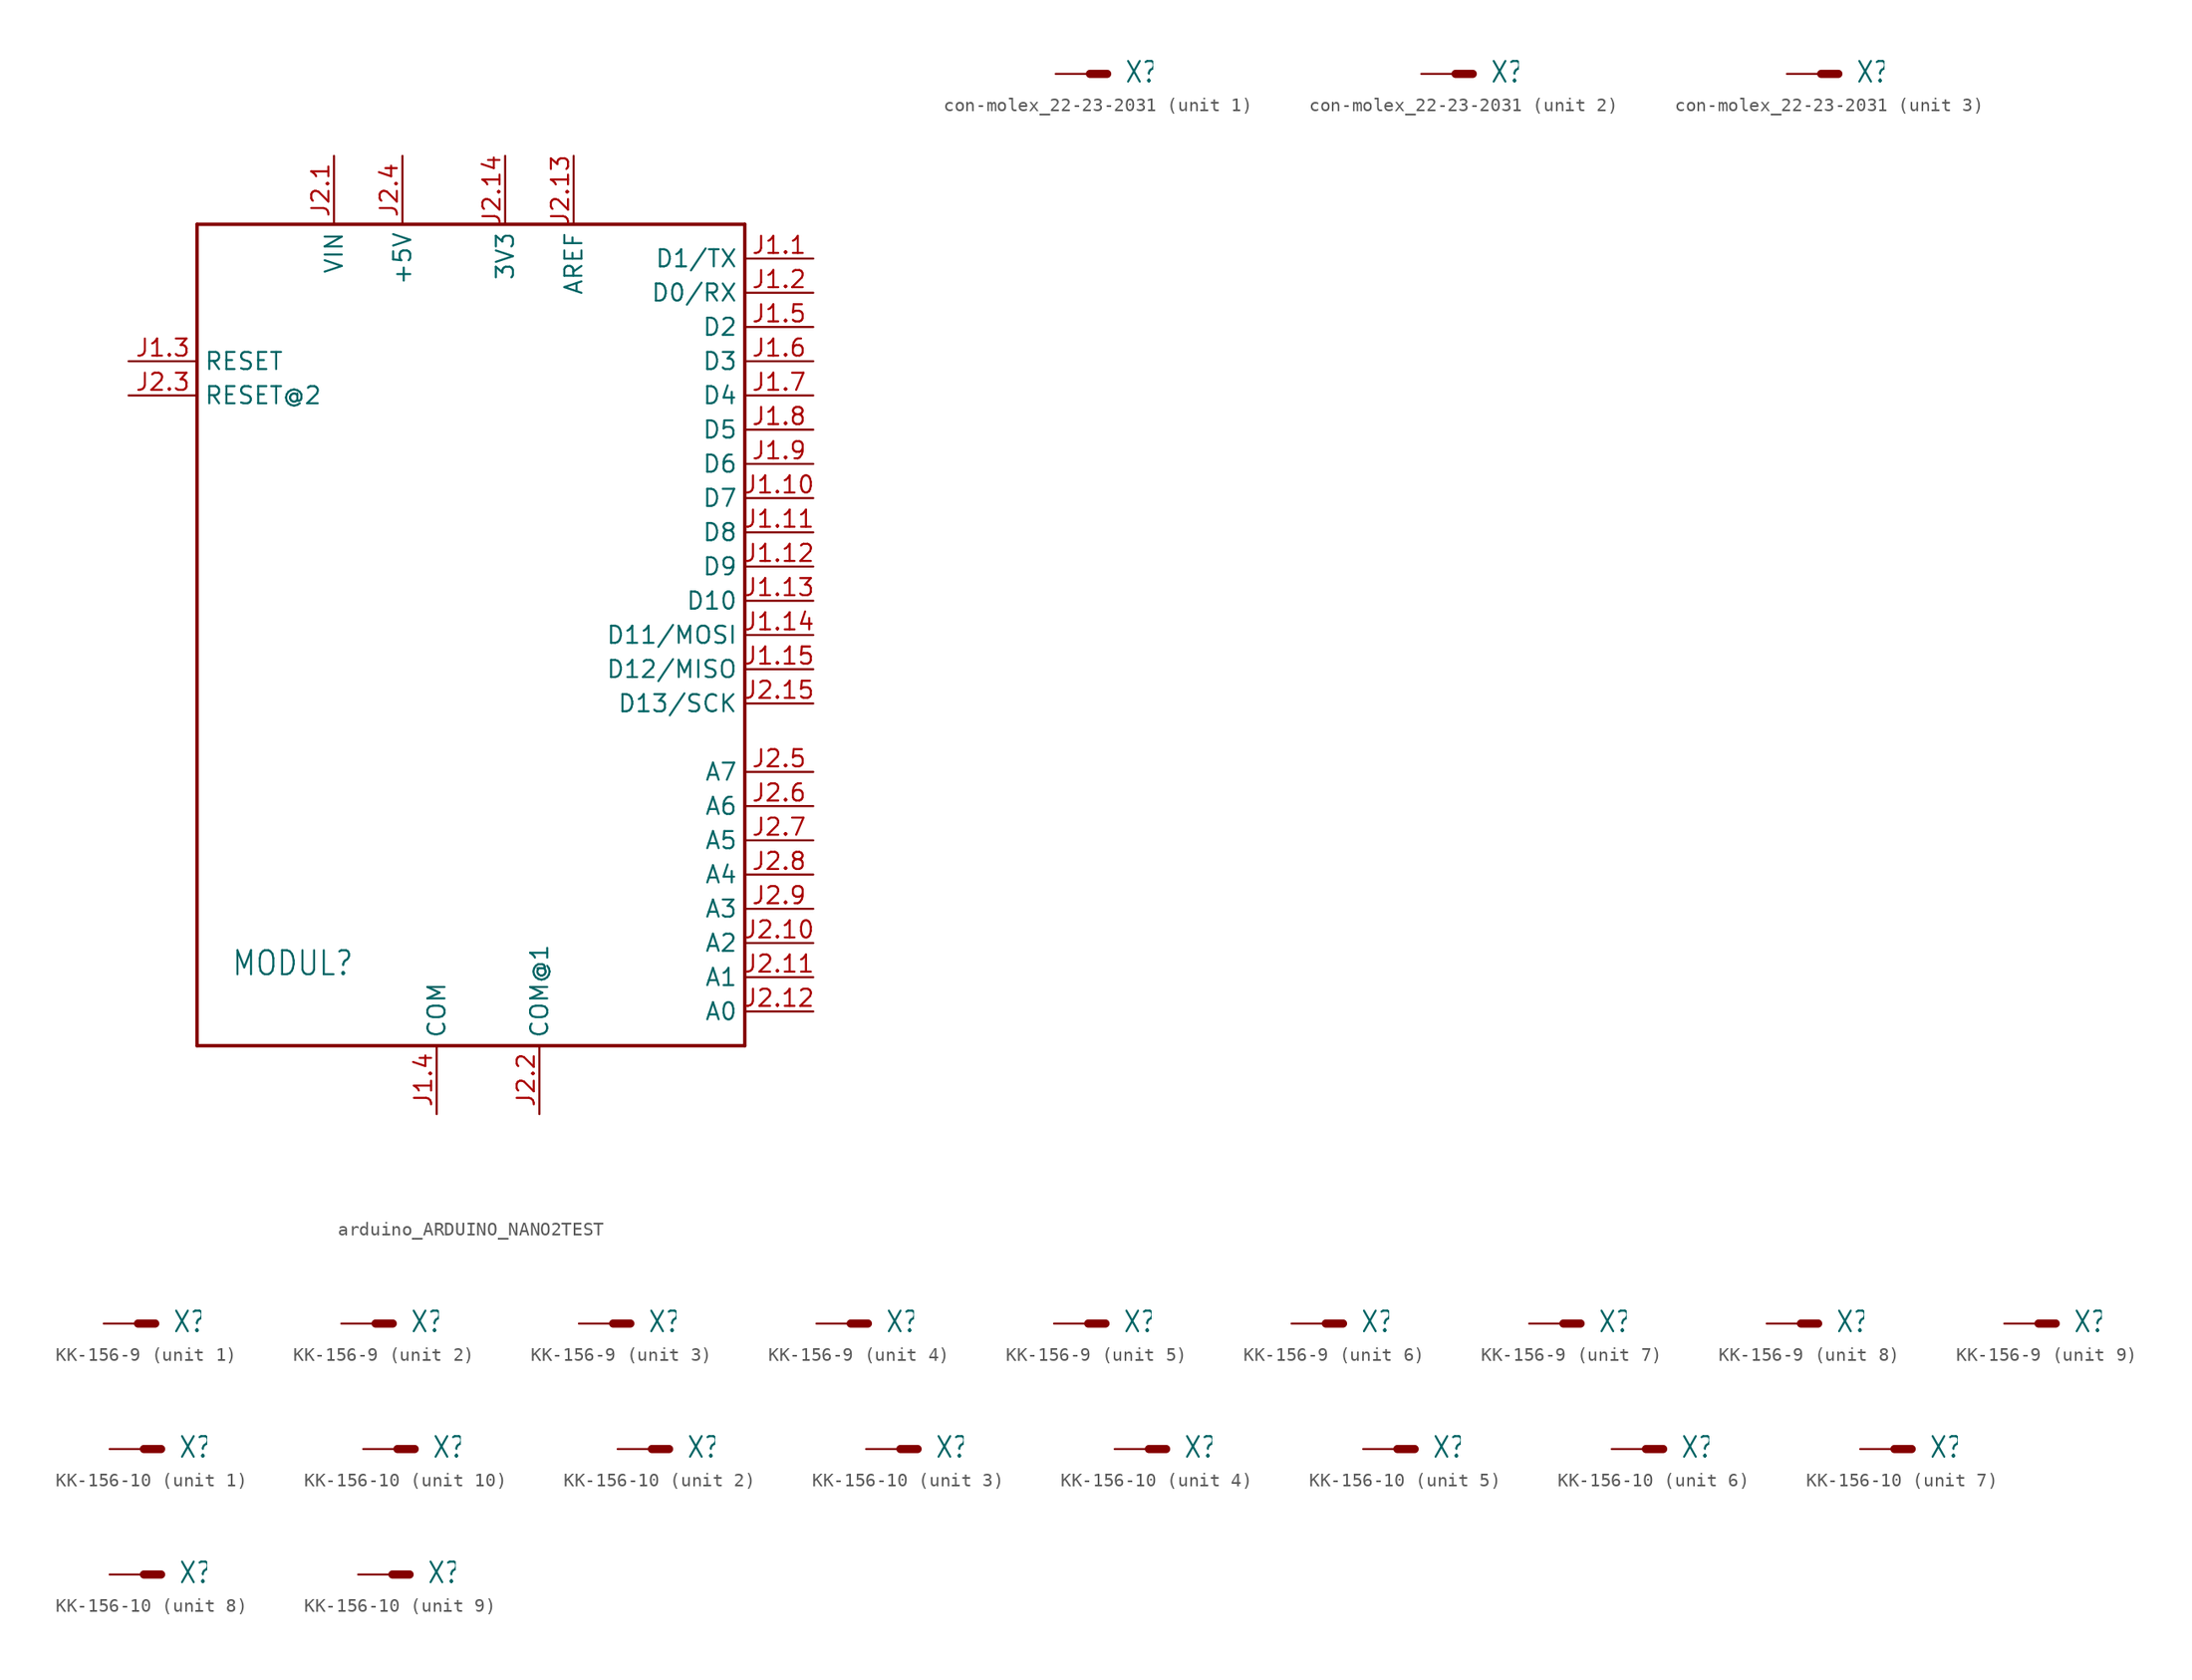
<source format=kicad_sym>
(kicad_symbol_lib
  (version 20231120)
  (generator "kicad_symbol_editor")
  (generator_version "8.0")
  (symbol "arduino_ARDUINO_NANO2TEST"
    (property "Reference" "MODUL"
      (at -17.78 -25.4 0)
      (effects (font (size 1.778 1.511)) (justify left bottom)))
    (property "Value" ""
      (at -17.78 -27.94 0)
      (effects (font (size 1.778 1.511)) (justify left bottom)))
    (property "ki_locked" ""
      (at 0 0 0)
      (effects (font (size 1.27 1.27))))
    (symbol "arduino_ARDUINO_NANO2TEST_1_0"
      (polyline (pts (xy -20.32 -30.48) (xy -20.32 30.48)) (stroke (width 0.254) (type solid)) (fill (type none)))
      (polyline (pts (xy -20.32 30.48) (xy 20.32 30.48)) (stroke (width 0.254) (type solid)) (fill (type none)))
      (polyline (pts (xy 20.32 -30.48) (xy -20.32 -30.48)) (stroke (width 0.254) (type solid)) (fill (type none)))
      (polyline (pts (xy 20.32 30.48) (xy 20.32 -30.48)) (stroke (width 0.254) (type solid)) (fill (type none)))
      (pin bidirectional line (at 25.4 27.94 180) (length 5.08) (name "D1/TX" (effects (font (size 1.27 1.27)))) (number "J1.1" (effects (font (size 1.27 1.27)))))
      (pin bidirectional line (at 25.4 10.16 180) (length 5.08) (name "D7" (effects (font (size 1.27 1.27)))) (number "J1.10" (effects (font (size 1.27 1.27)))))
      (pin bidirectional line (at 25.4 7.62 180) (length 5.08) (name "D8" (effects (font (size 1.27 1.27)))) (number "J1.11" (effects (font (size 1.27 1.27)))))
      (pin bidirectional line (at 25.4 5.08 180) (length 5.08) (name "D9" (effects (font (size 1.27 1.27)))) (number "J1.12" (effects (font (size 1.27 1.27)))))
      (pin bidirectional line (at 25.4 2.54 180) (length 5.08) (name "D10" (effects (font (size 1.27 1.27)))) (number "J1.13" (effects (font (size 1.27 1.27)))))
      (pin bidirectional line (at 25.4 0 180) (length 5.08) (name "D11/MOSI" (effects (font (size 1.27 1.27)))) (number "J1.14" (effects (font (size 1.27 1.27)))))
      (pin bidirectional line (at 25.4 -2.54 180) (length 5.08) (name "D12/MISO" (effects (font (size 1.27 1.27)))) (number "J1.15" (effects (font (size 1.27 1.27)))))
      (pin bidirectional line (at 25.4 25.4 180) (length 5.08) (name "D0/RX" (effects (font (size 1.27 1.27)))) (number "J1.2" (effects (font (size 1.27 1.27)))))
      (pin bidirectional line (at -25.4 20.32 0) (length 5.08) (name "RESET" (effects (font (size 1.27 1.27)))) (number "J1.3" (effects (font (size 1.27 1.27)))))
      (pin power_in line (at -2.54 -35.56 90) (length 5.08) (name "COM" (effects (font (size 1.27 1.27)))) (number "J1.4" (effects (font (size 1.27 1.27)))))
      (pin bidirectional line (at 25.4 22.86 180) (length 5.08) (name "D2" (effects (font (size 1.27 1.27)))) (number "J1.5" (effects (font (size 1.27 1.27)))))
      (pin bidirectional line (at 25.4 20.32 180) (length 5.08) (name "D3" (effects (font (size 1.27 1.27)))) (number "J1.6" (effects (font (size 1.27 1.27)))))
      (pin bidirectional line (at 25.4 17.78 180) (length 5.08) (name "D4" (effects (font (size 1.27 1.27)))) (number "J1.7" (effects (font (size 1.27 1.27)))))
      (pin bidirectional line (at 25.4 15.24 180) (length 5.08) (name "D5" (effects (font (size 1.27 1.27)))) (number "J1.8" (effects (font (size 1.27 1.27)))))
      (pin bidirectional line (at 25.4 12.7 180) (length 5.08) (name "D6" (effects (font (size 1.27 1.27)))) (number "J1.9" (effects (font (size 1.27 1.27)))))
      (pin power_in line (at -10.16 35.56 270) (length 5.08) (name "VIN" (effects (font (size 1.27 1.27)))) (number "J2.1" (effects (font (size 1.27 1.27)))))
      (pin bidirectional line (at 25.4 -22.86 180) (length 5.08) (name "A2" (effects (font (size 1.27 1.27)))) (number "J2.10" (effects (font (size 1.27 1.27)))))
      (pin bidirectional line (at 25.4 -25.4 180) (length 5.08) (name "A1" (effects (font (size 1.27 1.27)))) (number "J2.11" (effects (font (size 1.27 1.27)))))
      (pin bidirectional line (at 25.4 -27.94 180) (length 5.08) (name "A0" (effects (font (size 1.27 1.27)))) (number "J2.12" (effects (font (size 1.27 1.27)))))
      (pin power_in line (at 7.62 35.56 270) (length 5.08) (name "AREF" (effects (font (size 1.27 1.27)))) (number "J2.13" (effects (font (size 1.27 1.27)))))
      (pin power_in line (at 2.54 35.56 270) (length 5.08) (name "3V3" (effects (font (size 1.27 1.27)))) (number "J2.14" (effects (font (size 1.27 1.27)))))
      (pin bidirectional line (at 25.4 -5.08 180) (length 5.08) (name "D13/SCK" (effects (font (size 1.27 1.27)))) (number "J2.15" (effects (font (size 1.27 1.27)))))
      (pin power_in line (at 5.08 -35.56 90) (length 5.08) (name "COM@1" (effects (font (size 1.27 1.27)))) (number "J2.2" (effects (font (size 1.27 1.27)))))
      (pin bidirectional line (at -25.4 17.78 0) (length 5.08) (name "RESET@2" (effects (font (size 1.27 1.27)))) (number "J2.3" (effects (font (size 1.27 1.27)))))
      (pin power_in line (at -5.08 35.56 270) (length 5.08) (name "+5V" (effects (font (size 1.27 1.27)))) (number "J2.4" (effects (font (size 1.27 1.27)))))
      (pin bidirectional line (at 25.4 -10.16 180) (length 5.08) (name "A7" (effects (font (size 1.27 1.27)))) (number "J2.5" (effects (font (size 1.27 1.27)))))
      (pin bidirectional line (at 25.4 -12.7 180) (length 5.08) (name "A6" (effects (font (size 1.27 1.27)))) (number "J2.6" (effects (font (size 1.27 1.27)))))
      (pin bidirectional line (at 25.4 -15.24 180) (length 5.08) (name "A5" (effects (font (size 1.27 1.27)))) (number "J2.7" (effects (font (size 1.27 1.27)))))
      (pin bidirectional line (at 25.4 -17.78 180) (length 5.08) (name "A4" (effects (font (size 1.27 1.27)))) (number "J2.8" (effects (font (size 1.27 1.27)))))
      (pin bidirectional line (at 25.4 -20.32 180) (length 5.08) (name "A3" (effects (font (size 1.27 1.27)))) (number "J2.9" (effects (font (size 1.27 1.27)))))))
  (symbol "con-molex_22-23-2031"
    (property "Reference" "X"
      (at 2.54 -0.762 0)
      (effects (font (size 1.524 1.295)) (justify left bottom)))
    (property "ki_locked" ""
      (at 0 0 0)
      (effects (font (size 1.27 1.27))))
    (symbol "con-molex_22-23-2031_1_0"
      (polyline (pts (xy 1.27 0) (xy 0 0)) (stroke (width 0.61) (type solid)) (fill (type none)))
      (pin passive line (at -2.54 0 0) (length 2.54) (name "S" (effects (font (size 0 0)))) (number "1" (effects (font (size 0 0))))))
    (symbol "con-molex_22-23-2031_2_0"
      (polyline (pts (xy 1.27 0) (xy 0 0)) (stroke (width 0.61) (type solid)) (fill (type none)))
      (pin passive line (at -2.54 0 0) (length 2.54) (name "S" (effects (font (size 0 0)))) (number "2" (effects (font (size 0 0))))))
    (symbol "con-molex_22-23-2031_3_0"
      (polyline (pts (xy 1.27 0) (xy 0 0)) (stroke (width 0.61) (type solid)) (fill (type none)))
      (pin passive line (at -2.54 0 0) (length 2.54) (name "S" (effects (font (size 0 0)))) (number "3" (effects (font (size 0 0)))))))
  (symbol "KK-156-9"
    (property "Reference" "X"
      (at 2.54 -0.762 0)
      (effects (font (size 1.524 1.295)) (justify left bottom)))
    (property "ki_locked" ""
      (at 0 0 0)
      (effects (font (size 1.27 1.27))))
    (symbol "KK-156-9_1_0"
      (polyline (pts (xy 1.27 0) (xy 0 0)) (stroke (width 0.61) (type solid)) (fill (type none)))
      (pin passive line (at -2.54 0 0) (length 2.54) (name "S" (effects (font (size 0 0)))) (number "1" (effects (font (size 0 0))))))
    (symbol "KK-156-9_2_0"
      (polyline (pts (xy 1.27 0) (xy 0 0)) (stroke (width 0.61) (type solid)) (fill (type none)))
      (pin passive line (at -2.54 0 0) (length 2.54) (name "S" (effects (font (size 0 0)))) (number "2" (effects (font (size 0 0))))))
    (symbol "KK-156-9_3_0"
      (polyline (pts (xy 1.27 0) (xy 0 0)) (stroke (width 0.61) (type solid)) (fill (type none)))
      (pin passive line (at -2.54 0 0) (length 2.54) (name "S" (effects (font (size 0 0)))) (number "3" (effects (font (size 0 0))))))
    (symbol "KK-156-9_4_0"
      (polyline (pts (xy 1.27 0) (xy 0 0)) (stroke (width 0.61) (type solid)) (fill (type none)))
      (pin passive line (at -2.54 0 0) (length 2.54) (name "S" (effects (font (size 0 0)))) (number "4" (effects (font (size 0 0))))))
    (symbol "KK-156-9_5_0"
      (polyline (pts (xy 1.27 0) (xy 0 0)) (stroke (width 0.61) (type solid)) (fill (type none)))
      (pin passive line (at -2.54 0 0) (length 2.54) (name "S" (effects (font (size 0 0)))) (number "5" (effects (font (size 0 0))))))
    (symbol "KK-156-9_6_0"
      (polyline (pts (xy 1.27 0) (xy 0 0)) (stroke (width 0.61) (type solid)) (fill (type none)))
      (pin passive line (at -2.54 0 0) (length 2.54) (name "S" (effects (font (size 0 0)))) (number "6" (effects (font (size 0 0))))))
    (symbol "KK-156-9_7_0"
      (polyline (pts (xy 1.27 0) (xy 0 0)) (stroke (width 0.61) (type solid)) (fill (type none)))
      (pin passive line (at -2.54 0 0) (length 2.54) (name "S" (effects (font (size 0 0)))) (number "7" (effects (font (size 0 0))))))
    (symbol "KK-156-9_8_0"
      (polyline (pts (xy 1.27 0) (xy 0 0)) (stroke (width 0.61) (type solid)) (fill (type none)))
      (pin passive line (at -2.54 0 0) (length 2.54) (name "S" (effects (font (size 0 0)))) (number "8" (effects (font (size 0 0))))))
    (symbol "KK-156-9_9_0"
      (polyline (pts (xy 1.27 0) (xy 0 0)) (stroke (width 0.61) (type solid)) (fill (type none)))
      (pin passive line (at -2.54 0 0) (length 2.54) (name "S" (effects (font (size 0 0)))) (number "9" (effects (font (size 0 0)))))))
  (symbol "KK-156-10"
    (property "Reference" "X"
      (at 2.54 -0.762 0)
      (effects (font (size 1.524 1.295)) (justify left bottom)))
    (property "ki_locked" ""
      (at 0 0 0)
      (effects (font (size 1.27 1.27))))
    (symbol "KK-156-10_1_0"
      (polyline (pts (xy 1.27 0) (xy 0 0)) (stroke (width 0.61) (type solid)) (fill (type none)))
      (pin passive line (at -2.54 0 0) (length 2.54) (name "S" (effects (font (size 0 0)))) (number "1" (effects (font (size 0 0))))))
    (symbol "KK-156-10_2_0"
      (polyline (pts (xy 1.27 0) (xy 0 0)) (stroke (width 0.61) (type solid)) (fill (type none)))
      (pin passive line (at -2.54 0 0) (length 2.54) (name "S" (effects (font (size 0 0)))) (number "2" (effects (font (size 0 0))))))
    (symbol "KK-156-10_3_0"
      (polyline (pts (xy 1.27 0) (xy 0 0)) (stroke (width 0.61) (type solid)) (fill (type none)))
      (pin passive line (at -2.54 0 0) (length 2.54) (name "S" (effects (font (size 0 0)))) (number "3" (effects (font (size 0 0))))))
    (symbol "KK-156-10_4_0"
      (polyline (pts (xy 1.27 0) (xy 0 0)) (stroke (width 0.61) (type solid)) (fill (type none)))
      (pin passive line (at -2.54 0 0) (length 2.54) (name "S" (effects (font (size 0 0)))) (number "4" (effects (font (size 0 0))))))
    (symbol "KK-156-10_5_0"
      (polyline (pts (xy 1.27 0) (xy 0 0)) (stroke (width 0.61) (type solid)) (fill (type none)))
      (pin passive line (at -2.54 0 0) (length 2.54) (name "S" (effects (font (size 0 0)))) (number "5" (effects (font (size 0 0))))))
    (symbol "KK-156-10_6_0"
      (polyline (pts (xy 1.27 0) (xy 0 0)) (stroke (width 0.61) (type solid)) (fill (type none)))
      (pin passive line (at -2.54 0 0) (length 2.54) (name "S" (effects (font (size 0 0)))) (number "6" (effects (font (size 0 0))))))
    (symbol "KK-156-10_7_0"
      (polyline (pts (xy 1.27 0) (xy 0 0)) (stroke (width 0.61) (type solid)) (fill (type none)))
      (pin passive line (at -2.54 0 0) (length 2.54) (name "S" (effects (font (size 0 0)))) (number "7" (effects (font (size 0 0))))))
    (symbol "KK-156-10_8_0"
      (polyline (pts (xy 1.27 0) (xy 0 0)) (stroke (width 0.61) (type solid)) (fill (type none)))
      (pin passive line (at -2.54 0 0) (length 2.54) (name "S" (effects (font (size 0 0)))) (number "8" (effects (font (size 0 0))))))
    (symbol "KK-156-10_9_0"
      (polyline (pts (xy 1.27 0) (xy 0 0)) (stroke (width 0.61) (type solid)) (fill (type none)))
      (pin passive line (at -2.54 0 0) (length 2.54) (name "S" (effects (font (size 0 0)))) (number "9" (effects (font (size 0 0))))))
    (symbol "KK-156-10_10_0"
      (polyline (pts (xy 1.27 0) (xy 0 0)) (stroke (width 0.61) (type solid)) (fill (type none)))
      (pin passive line (at -2.54 0 0) (length 2.54) (name "S" (effects (font (size 0 0)))) (number "10" (effects (font (size 0 0))))))))
</source>
